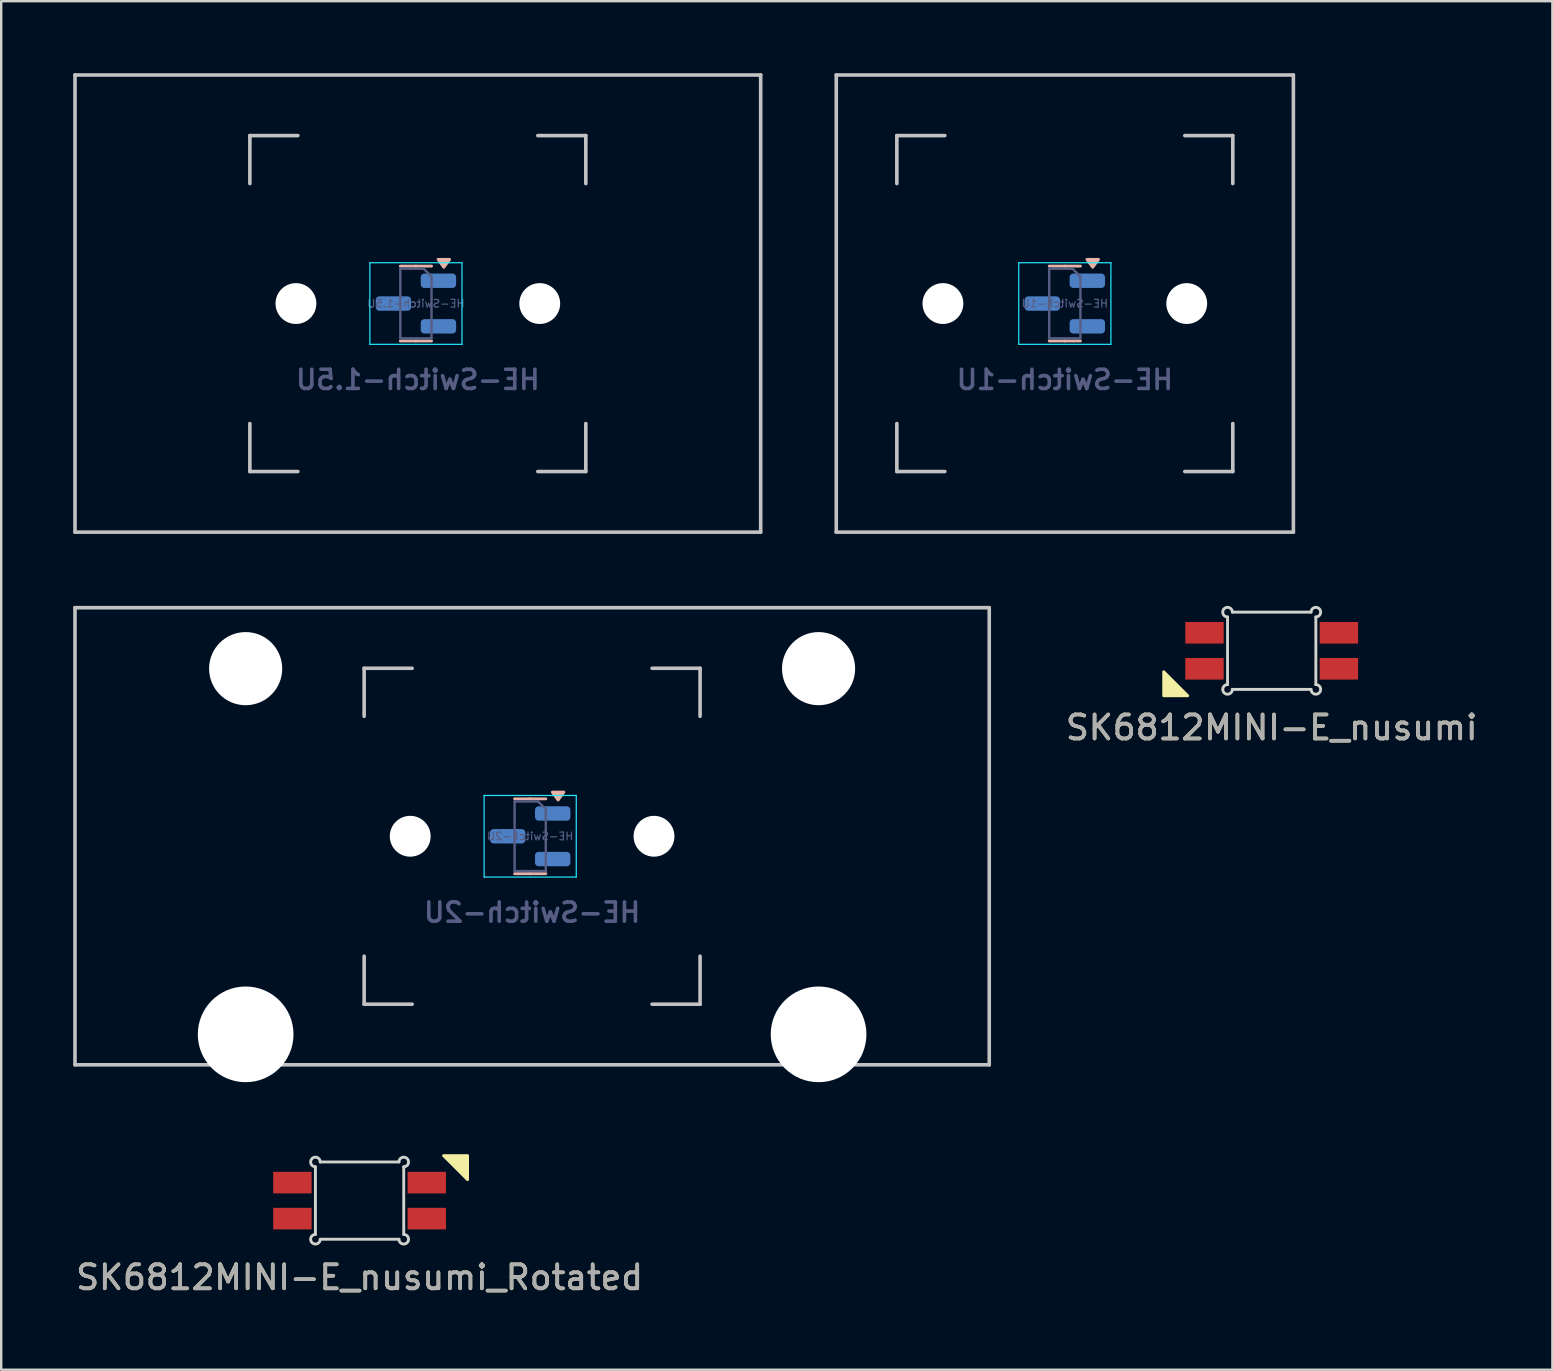
<source format=kicad_pcb>
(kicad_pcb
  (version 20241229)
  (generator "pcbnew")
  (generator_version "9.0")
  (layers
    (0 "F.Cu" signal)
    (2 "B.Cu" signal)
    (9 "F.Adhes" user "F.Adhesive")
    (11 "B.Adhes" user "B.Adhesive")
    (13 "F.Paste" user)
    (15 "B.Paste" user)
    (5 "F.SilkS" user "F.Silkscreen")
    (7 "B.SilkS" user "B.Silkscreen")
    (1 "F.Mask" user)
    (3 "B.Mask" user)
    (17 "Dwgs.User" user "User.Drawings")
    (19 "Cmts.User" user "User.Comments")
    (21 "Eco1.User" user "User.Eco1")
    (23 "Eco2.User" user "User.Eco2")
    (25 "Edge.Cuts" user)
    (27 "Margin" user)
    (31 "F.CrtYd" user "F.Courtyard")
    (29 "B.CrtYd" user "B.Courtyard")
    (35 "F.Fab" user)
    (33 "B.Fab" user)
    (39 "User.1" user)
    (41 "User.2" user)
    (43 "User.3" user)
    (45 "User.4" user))
  (footprint "SK6812MINI-E_nusumi"
    (layer "F.Cu")
    (at 49.946 24.07)
    (property "Reference" "SK6812MINI-E_nusumi" (at 0 3.2 0) (layer "F.SilkS") (effects (font (size 1 1) (thickness 0.15))))
    (attr smd)
    (fp_poly (pts (xy -3.5 1.875) (xy -4.5 1.875) (xy -4.5 0.875)) (stroke (width 0.12) (type solid)) (fill yes) (layer "F.SilkS"))
    (fp_line (start -1.84 1.41) (end -1.84 -1.41) (stroke (width 0.12) (type solid)) (layer "Edge.Cuts"))
    (fp_line (start -1.64 1.61) (end 1.64 1.61) (stroke (width 0.12) (type solid)) (layer "Edge.Cuts"))
    (fp_line (start -1.64 -1.61) (end 1.64 -1.61) (stroke (width 0.12) (type solid)) (layer "Edge.Cuts"))
    (fp_line (start 1.84 -1.41) (end 1.84 1.41) (stroke (width 0.12) (type solid)) (layer "Edge.Cuts"))
    (fp_arc (start -1.84 -1.409751) (mid -1.981597 -1.751597) (end -1.639751 -1.61) (stroke (width 0.12) (type solid)) (layer "Edge.Cuts"))
    (fp_arc (start -1.64 1.61) (mid -1.981421 1.751421) (end -1.84 1.41) (stroke (width 0.12) (type solid)) (layer "Edge.Cuts"))
    (fp_arc (start 1.64 -1.61) (mid 1.981421 -1.751421) (end 1.84 -1.41) (stroke (width 0.12) (type solid)) (layer "Edge.Cuts"))
    (fp_arc (start 1.84 1.41) (mid 1.981421 1.751421) (end 1.64 1.61) (stroke (width 0.12) (type solid)) (layer "Edge.Cuts"))
    (fp_text user "${REFERENCE}" (at 0 3.2 0) (unlocked yes) (layer "F.Fab") (effects (font (size 1 1) (thickness 0.15))))
    (pad "1" smd rect (at 2.8 -0.75) (size 1.6 0.9) (layers "F.Cu" "F.Mask" "F.Paste"))
    (pad "2" smd rect (at 2.8 0.75) (size 1.6 0.9) (layers "F.Cu" "F.Mask" "F.Paste"))
    (pad "3" smd rect (at -2.8 0.75) (size 1.6 0.9) (layers "F.Cu" "F.Mask" "F.Paste"))
    (pad "4" smd rect (at -2.8 -0.75) (size 1.6 0.9) (layers "F.Cu" "F.Mask" "F.Paste")))
  (footprint "HE-Switch-2U"
    (layer "F.Cu")
    (at 19.125 31.8)
    (property "Reference" "HE-Switch-2U" (at 0 3.175 0) (layer "B.Fab") (effects (font (size 0.8 0.8) (thickness 0.15)) (justify mirror)))
    (attr smd)
    (fp_line (start -0.73 -1.56) (end -0.08 -1.56) (stroke (width 0.12) (type solid)) (layer "B.SilkS"))
    (fp_line (start -0.73 1.56) (end -0.08 1.56) (stroke (width 0.12) (type solid)) (layer "B.SilkS"))
    (fp_line (start 0.57 -1.56) (end -0.08 -1.56) (stroke (width 0.12) (type solid)) (layer "B.SilkS"))
    (fp_line (start 0.57 1.56) (end -0.08 1.56) (stroke (width 0.12) (type solid)) (layer "B.SilkS"))
    (fp_poly (pts (xy 1.083 -1.51) (xy 1.323 -1.84) (xy 0.843 -1.84) (xy 1.083 -1.51)) (stroke (width 0.12) (type solid)) (fill yes) (layer "B.SilkS"))
    (fp_line (start -19.05 9.525) (end -19.05 -9.525) (stroke (width 0.15) (type solid)) (layer "Dwgs.User"))
    (fp_line (start -7 -7) (end -7 -5) (stroke (width 0.15) (type solid)) (layer "Dwgs.User"))
    (fp_line (start -7 5) (end -7 7) (stroke (width 0.15) (type solid)) (layer "Dwgs.User"))
    (fp_line (start -7 7) (end -5 7) (stroke (width 0.15) (type solid)) (layer "Dwgs.User"))
    (fp_line (start -5 -7) (end -7 -7) (stroke (width 0.15) (type solid)) (layer "Dwgs.User"))
    (fp_line (start 5 -7) (end 7 -7) (stroke (width 0.15) (type solid)) (layer "Dwgs.User"))
    (fp_line (start 5 7) (end 7 7) (stroke (width 0.15) (type solid)) (layer "Dwgs.User"))
    (fp_line (start 7 -7) (end 7 -5) (stroke (width 0.15) (type solid)) (layer "Dwgs.User"))
    (fp_line (start 7 7) (end 7 5) (stroke (width 0.15) (type solid)) (layer "Dwgs.User"))
    (fp_line (start 19.05 -9.525) (end -19.05 -9.525) (stroke (width 0.15) (type solid)) (layer "Dwgs.User"))
    (fp_line (start 19.05 9.525) (end -19.05 9.525) (stroke (width 0.15) (type solid)) (layer "Dwgs.User"))
    (fp_line (start 19.05 9.525) (end 19.05 -9.525) (stroke (width 0.15) (type solid)) (layer "Dwgs.User"))
    (fp_line (start -2 -1.7) (end -2 1.7) (stroke (width 0.05) (type solid)) (layer "B.CrtYd"))
    (fp_line (start -2 1.7) (end 1.84 1.7) (stroke (width 0.05) (type solid)) (layer "B.CrtYd"))
    (fp_line (start 1.84 -1.7) (end -2 -1.7) (stroke (width 0.05) (type solid)) (layer "B.CrtYd"))
    (fp_line (start 1.84 1.7) (end 1.84 -1.7) (stroke (width 0.05) (type solid)) (layer "B.CrtYd"))
    (fp_line (start -0.73 -1.45) (end 0.245 -1.45) (stroke (width 0.1) (type solid)) (layer "B.Fab"))
    (fp_line (start -0.73 1.45) (end -0.73 -1.45) (stroke (width 0.1) (type solid)) (layer "B.Fab"))
    (fp_line (start 0.245 -1.45) (end 0.57 -1.125) (stroke (width 0.1) (type solid)) (layer "B.Fab"))
    (fp_line (start 0.57 -1.125) (end 0.57 1.45) (stroke (width 0.1) (type solid)) (layer "B.Fab"))
    (fp_line (start 0.57 1.45) (end -0.73 1.45) (stroke (width 0.1) (type solid)) (layer "B.Fab"))
    (fp_text user "${REFERENCE}" (at -0.08 0 0) (layer "B.Fab") (effects (font (size 0.32 0.32) (thickness 0.05)) (justify mirror)))
    (pad "" np_thru_hole circle (at -11.938 -6.985) (size 3.048 3.048) (drill 3.048) (layers "*.Cu" "*.Mask"))
    (pad "" np_thru_hole circle (at -11.938 8.255) (size 3.988 3.988) (drill 3.988) (layers "*.Cu" "*.Mask"))
    (pad "" np_thru_hole circle (at -5.08 0 48.099) (size 1.702 1.702) (drill 1.702) (layers "*.Cu" "*.Mask"))
    (pad "" np_thru_hole circle (at 5.08 0 48.099) (size 1.702 1.702) (drill 1.702) (layers "*.Cu" "*.Mask"))
    (pad "" np_thru_hole circle (at 11.938 -6.985) (size 3.048 3.048) (drill 3.048) (layers "*.Cu" "*.Mask"))
    (pad "" np_thru_hole circle (at 11.938 8.255) (size 3.988 3.988) (drill 3.988) (layers "*.Cu" "*.Mask"))
    (pad "1" smd roundrect (at 0.858 -0.95) (size 1.475 0.6) (layers "B.Cu" "B.Mask" "B.Paste") (roundrect_rratio 0.25))
    (pad "2" smd roundrect (at 0.858 0.95) (size 1.475 0.6) (layers "B.Cu" "B.Mask" "B.Paste") (roundrect_rratio 0.25))
    (pad "3" smd roundrect (at -1.018 0) (size 1.475 0.6) (layers "B.Cu" "B.Mask" "B.Paste") (roundrect_rratio 0.25)))
  (footprint "HE-Switch-1U"
    (layer "F.Cu")
    (at 41.325 9.6)
    (property "Reference" "HE-Switch-1U" (at 0 3.175 0) (layer "B.Fab") (effects (font (size 0.8 0.8) (thickness 0.15)) (justify mirror)))
    (attr smd)
    (fp_line (start -0.65 -1.56) (end 0 -1.56) (stroke (width 0.12) (type solid)) (layer "B.SilkS"))
    (fp_line (start -0.65 1.56) (end 0 1.56) (stroke (width 0.12) (type solid)) (layer "B.SilkS"))
    (fp_line (start 0.65 -1.56) (end 0 -1.56) (stroke (width 0.12) (type solid)) (layer "B.SilkS"))
    (fp_line (start 0.65 1.56) (end 0 1.56) (stroke (width 0.12) (type solid)) (layer "B.SilkS"))
    (fp_poly (pts (xy 1.163 -1.51) (xy 1.403 -1.84) (xy 0.922 -1.84) (xy 1.163 -1.51)) (stroke (width 0.12) (type solid)) (fill yes) (layer "B.SilkS"))
    (fp_line (start -9.525 9.525) (end -9.525 -9.525) (stroke (width 0.15) (type solid)) (layer "Dwgs.User"))
    (fp_line (start -7 -7) (end -7 -5) (stroke (width 0.15) (type solid)) (layer "Dwgs.User"))
    (fp_line (start -7 5) (end -7 7) (stroke (width 0.15) (type solid)) (layer "Dwgs.User"))
    (fp_line (start -7 7) (end -5 7) (stroke (width 0.15) (type solid)) (layer "Dwgs.User"))
    (fp_line (start -5 -7) (end -7 -7) (stroke (width 0.15) (type solid)) (layer "Dwgs.User"))
    (fp_line (start 5 -7) (end 7 -7) (stroke (width 0.15) (type solid)) (layer "Dwgs.User"))
    (fp_line (start 5 7) (end 7 7) (stroke (width 0.15) (type solid)) (layer "Dwgs.User"))
    (fp_line (start 7 -7) (end 7 -5) (stroke (width 0.15) (type solid)) (layer "Dwgs.User"))
    (fp_line (start 7 7) (end 7 5) (stroke (width 0.15) (type solid)) (layer "Dwgs.User"))
    (fp_line (start 9.525 -9.525) (end -9.525 -9.525) (stroke (width 0.15) (type solid)) (layer "Dwgs.User"))
    (fp_line (start 9.525 9.525) (end -9.525 9.525) (stroke (width 0.15) (type solid)) (layer "Dwgs.User"))
    (fp_line (start 9.525 9.525) (end 9.525 -9.525) (stroke (width 0.15) (type solid)) (layer "Dwgs.User"))
    (fp_line (start -1.92 -1.7) (end -1.92 1.7) (stroke (width 0.05) (type solid)) (layer "B.CrtYd"))
    (fp_line (start -1.92 1.7) (end 1.92 1.7) (stroke (width 0.05) (type solid)) (layer "B.CrtYd"))
    (fp_line (start 1.92 -1.7) (end -1.92 -1.7) (stroke (width 0.05) (type solid)) (layer "B.CrtYd"))
    (fp_line (start 1.92 1.7) (end 1.92 -1.7) (stroke (width 0.05) (type solid)) (layer "B.CrtYd"))
    (fp_line (start -0.65 -1.45) (end 0.325 -1.45) (stroke (width 0.1) (type solid)) (layer "B.Fab"))
    (fp_line (start -0.65 1.45) (end -0.65 -1.45) (stroke (width 0.1) (type solid)) (layer "B.Fab"))
    (fp_line (start 0.325 -1.45) (end 0.65 -1.125) (stroke (width 0.1) (type solid)) (layer "B.Fab"))
    (fp_line (start 0.65 -1.125) (end 0.65 1.45) (stroke (width 0.1) (type solid)) (layer "B.Fab"))
    (fp_line (start 0.65 1.45) (end -0.65 1.45) (stroke (width 0.1) (type solid)) (layer "B.Fab"))
    (fp_text user "${REFERENCE}" (at 0 0 0) (layer "B.Fab") (effects (font (size 0.32 0.32) (thickness 0.05)) (justify mirror)))
    (pad "" np_thru_hole circle (at -5.08 0 48.099) (size 1.702 1.702) (drill 1.702) (layers "*.Cu" "*.Mask"))
    (pad "" np_thru_hole circle (at 5.08 0 48.099) (size 1.702 1.702) (drill 1.702) (layers "*.Cu" "*.Mask"))
    (pad "1" smd roundrect (at 0.938 -0.95) (size 1.475 0.6) (layers "B.Cu" "B.Mask" "B.Paste") (roundrect_rratio 0.25))
    (pad "2" smd roundrect (at 0.938 0.95) (size 1.475 0.6) (layers "B.Cu" "B.Mask" "B.Paste") (roundrect_rratio 0.25))
    (pad "3" smd roundrect (at -0.938 0) (size 1.475 0.6) (layers "B.Cu" "B.Mask" "B.Paste") (roundrect_rratio 0.25)))
  (footprint "SK6812MINI-E_nusumi_Rotated"
    (layer "F.Cu")
    (at 11.935 46.984)
    (property "Reference" "SK6812MINI-E_nusumi_Rotated" (at 0 3.2 0) (layer "F.SilkS") (effects (font (size 1 1) (thickness 0.15))))
    (attr smd)
    (fp_poly (pts (xy 3.5 -1.875) (xy 4.5 -1.875) (xy 4.5 -0.875)) (stroke (width 0.12) (type solid)) (fill yes) (layer "F.SilkS"))
    (fp_line (start -1.84 1.41) (end -1.84 -1.41) (stroke (width 0.12) (type solid)) (layer "Edge.Cuts"))
    (fp_line (start 1.64 1.61) (end -1.64 1.61) (stroke (width 0.12) (type solid)) (layer "Edge.Cuts"))
    (fp_line (start 1.64 -1.61) (end -1.64 -1.61) (stroke (width 0.12) (type solid)) (layer "Edge.Cuts"))
    (fp_line (start 1.84 -1.41) (end 1.84 1.41) (stroke (width 0.12) (type solid)) (layer "Edge.Cuts"))
    (fp_arc (start -1.84 -1.41) (mid -1.981421 -1.751421) (end -1.64 -1.61) (stroke (width 0.12) (type solid)) (layer "Edge.Cuts"))
    (fp_arc (start -1.64 1.61) (mid -1.981421 1.751421) (end -1.84 1.41) (stroke (width 0.12) (type solid)) (layer "Edge.Cuts"))
    (fp_arc (start 1.64 -1.61) (mid 1.981421 -1.751421) (end 1.84 -1.41) (stroke (width 0.12) (type solid)) (layer "Edge.Cuts"))
    (fp_arc (start 1.84 1.409751) (mid 1.981597 1.751597) (end 1.639751 1.61) (stroke (width 0.12) (type solid)) (layer "Edge.Cuts"))
    (fp_text user "${REFERENCE}" (at 0 3.2 0) (unlocked yes) (layer "F.Fab") (effects (font (size 1 1) (thickness 0.15))))
    (pad "1" smd rect (at -2.8 0.75 180) (size 1.6 0.9) (layers "F.Cu" "F.Mask" "F.Paste"))
    (pad "2" smd rect (at -2.8 -0.75 180) (size 1.6 0.9) (layers "F.Cu" "F.Mask" "F.Paste"))
    (pad "3" smd rect (at 2.8 -0.75 180) (size 1.6 0.9) (layers "F.Cu" "F.Mask" "F.Paste"))
    (pad "4" smd rect (at 2.8 0.75 180) (size 1.6 0.9) (layers "F.Cu" "F.Mask" "F.Paste")))
  (footprint "HE-Switch-1.5U"
    (layer "F.Cu")
    (at 14.363 9.6)
    (property "Reference" "HE-Switch-1.5U" (at 0 3.175 0) (layer "B.Fab") (effects (font (size 0.8 0.8) (thickness 0.15)) (justify mirror)))
    (attr smd)
    (fp_line (start -0.73 -1.56) (end -0.08 -1.56) (stroke (width 0.12) (type solid)) (layer "B.SilkS"))
    (fp_line (start -0.73 1.56) (end -0.08 1.56) (stroke (width 0.12) (type solid)) (layer "B.SilkS"))
    (fp_line (start 0.57 -1.56) (end -0.08 -1.56) (stroke (width 0.12) (type solid)) (layer "B.SilkS"))
    (fp_line (start 0.57 1.56) (end -0.08 1.56) (stroke (width 0.12) (type solid)) (layer "B.SilkS"))
    (fp_poly (pts (xy 1.083 -1.51) (xy 1.323 -1.84) (xy 0.843 -1.84) (xy 1.083 -1.51)) (stroke (width 0.12) (type solid)) (fill yes) (layer "B.SilkS"))
    (fp_line (start -14.287 9.525) (end -14.287 -9.525) (stroke (width 0.15) (type solid)) (layer "Dwgs.User"))
    (fp_line (start -7 -7) (end -7 -5) (stroke (width 0.15) (type solid)) (layer "Dwgs.User"))
    (fp_line (start -7 5) (end -7 7) (stroke (width 0.15) (type solid)) (layer "Dwgs.User"))
    (fp_line (start -7 7) (end -5 7) (stroke (width 0.15) (type solid)) (layer "Dwgs.User"))
    (fp_line (start -5 -7) (end -7 -7) (stroke (width 0.15) (type solid)) (layer "Dwgs.User"))
    (fp_line (start 5 -7) (end 7 -7) (stroke (width 0.15) (type solid)) (layer "Dwgs.User"))
    (fp_line (start 5 7) (end 7 7) (stroke (width 0.15) (type solid)) (layer "Dwgs.User"))
    (fp_line (start 7 -7) (end 7 -5) (stroke (width 0.15) (type solid)) (layer "Dwgs.User"))
    (fp_line (start 7 7) (end 7 5) (stroke (width 0.15) (type solid)) (layer "Dwgs.User"))
    (fp_line (start 14.287 -9.525) (end -14.287 -9.525) (stroke (width 0.15) (type solid)) (layer "Dwgs.User"))
    (fp_line (start 14.287 9.525) (end -14.287 9.525) (stroke (width 0.15) (type solid)) (layer "Dwgs.User"))
    (fp_line (start 14.287 9.525) (end 14.287 -9.525) (stroke (width 0.15) (type solid)) (layer "Dwgs.User"))
    (fp_line (start -2 -1.7) (end -2 1.7) (stroke (width 0.05) (type solid)) (layer "B.CrtYd"))
    (fp_line (start -2 1.7) (end 1.84 1.7) (stroke (width 0.05) (type solid)) (layer "B.CrtYd"))
    (fp_line (start 1.84 -1.7) (end -2 -1.7) (stroke (width 0.05) (type solid)) (layer "B.CrtYd"))
    (fp_line (start 1.84 1.7) (end 1.84 -1.7) (stroke (width 0.05) (type solid)) (layer "B.CrtYd"))
    (fp_line (start -0.73 -1.45) (end 0.245 -1.45) (stroke (width 0.1) (type solid)) (layer "B.Fab"))
    (fp_line (start -0.73 1.45) (end -0.73 -1.45) (stroke (width 0.1) (type solid)) (layer "B.Fab"))
    (fp_line (start 0.245 -1.45) (end 0.57 -1.125) (stroke (width 0.1) (type solid)) (layer "B.Fab"))
    (fp_line (start 0.57 -1.125) (end 0.57 1.45) (stroke (width 0.1) (type solid)) (layer "B.Fab"))
    (fp_line (start 0.57 1.45) (end -0.73 1.45) (stroke (width 0.1) (type solid)) (layer "B.Fab"))
    (fp_text user "${REFERENCE}" (at -0.08 0 0) (layer "B.Fab") (effects (font (size 0.32 0.32) (thickness 0.05)) (justify mirror)))
    (pad "" np_thru_hole circle (at -5.08 0 48.099) (size 1.702 1.702) (drill 1.702) (layers "*.Cu" "*.Mask"))
    (pad "" np_thru_hole circle (at 5.08 0 48.099) (size 1.702 1.702) (drill 1.702) (layers "*.Cu" "*.Mask"))
    (pad "1" smd roundrect (at 0.858 -0.95) (size 1.475 0.6) (layers "B.Cu" "B.Mask" "B.Paste") (roundrect_rratio 0.25))
    (pad "2" smd roundrect (at 0.858 0.95) (size 1.475 0.6) (layers "B.Cu" "B.Mask" "B.Paste") (roundrect_rratio 0.25))
    (pad "3" smd roundrect (at -1.018 0) (size 1.475 0.6) (layers "B.Cu" "B.Mask" "B.Paste") (roundrect_rratio 0.25)))
  (gr_rect
    (start -3 -3)
    (end 61.643 54.032)
    (stroke (width 0.1) (type default))
    (fill no)
    (layer "Edge.Cuts")))
</source>
